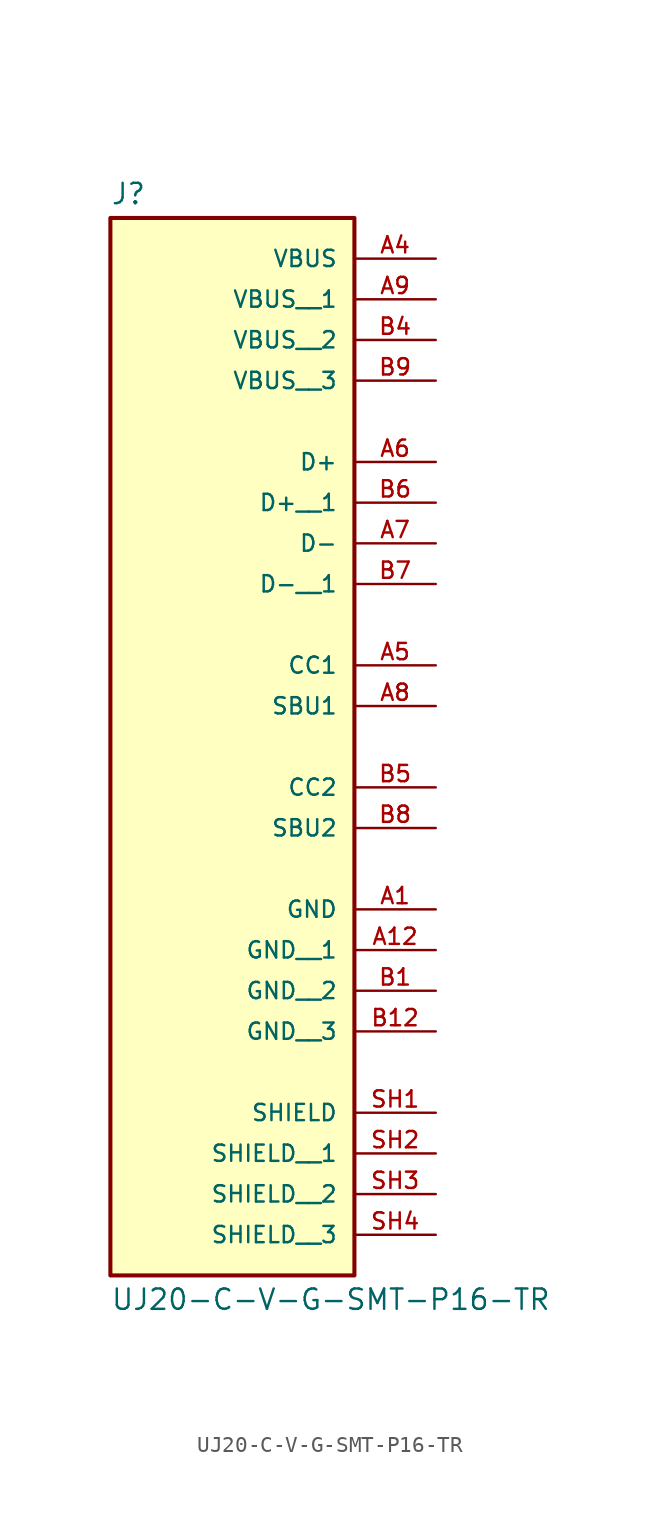
<source format=kicad_sym>
(kicad_symbol_lib
  (version 20211014)
  (generator kicad_symbol_editor)
  (symbol "UJ20-C-V-G-SMT-P16-TR"
    (pin_names
      (offset 1.016))
    (property "Reference" "J"
      (at -7.62 18.542 0)
      (effects (font (size 1.27 1.27)) (justify bottom left)))
    (property "Value" "UJ20-C-V-G-SMT-P16-TR"
      (at -7.62 -49.022 0)
      (effects (font (size 1.27 1.27)) (justify top left)))
    (symbol "UJ20-C-V-G-SMT-P16-TR_0_0"
      (rectangle (start -7.62 -48.26) (end 7.62 17.78) (stroke (width 0.254)) (fill (type background)))
      (pin power_in line (at 12.7 15.24 180.0) (length 5.08) (name "VBUS" (effects (font (size 1.016 1.016)))) (number "A4" (effects (font (size 1.016 1.016)))))
      (pin passive line (at 12.7 -38.1 180.0) (length 5.08) (name "SHIELD" (effects (font (size 1.016 1.016)))) (number "SH1" (effects (font (size 1.016 1.016)))))
      (pin passive line (at 12.7 2.54 180.0) (length 5.08) (name "D+" (effects (font (size 1.016 1.016)))) (number "A6" (effects (font (size 1.016 1.016)))))
      (pin passive line (at 12.7 -2.54 180.0) (length 5.08) (name "D-" (effects (font (size 1.016 1.016)))) (number "A7" (effects (font (size 1.016 1.016)))))
      (pin power_in line (at 12.7 -25.4 180.0) (length 5.08) (name "GND" (effects (font (size 1.016 1.016)))) (number "A1" (effects (font (size 1.016 1.016)))))
      (pin passive line (at 12.7 -10.16 180.0) (length 5.08) (name "CC1" (effects (font (size 1.016 1.016)))) (number "A5" (effects (font (size 1.016 1.016)))))
      (pin passive line (at 12.7 -12.7 180.0) (length 5.08) (name "SBU1" (effects (font (size 1.016 1.016)))) (number "A8" (effects (font (size 1.016 1.016)))))
      (pin passive line (at 12.7 -17.78 180.0) (length 5.08) (name "CC2" (effects (font (size 1.016 1.016)))) (number "B5" (effects (font (size 1.016 1.016)))))
      (pin passive line (at 12.7 -20.32 180.0) (length 5.08) (name "SBU2" (effects (font (size 1.016 1.016)))) (number "B8" (effects (font (size 1.016 1.016)))))
      (pin power_in line (at 12.7 12.7 180.0) (length 5.08) (name "VBUS__1" (effects (font (size 1.016 1.016)))) (number "A9" (effects (font (size 1.016 1.016)))))
      (pin power_in line (at 12.7 10.16 180.0) (length 5.08) (name "VBUS__2" (effects (font (size 1.016 1.016)))) (number "B4" (effects (font (size 1.016 1.016)))))
      (pin power_in line (at 12.7 7.62 180.0) (length 5.08) (name "VBUS__3" (effects (font (size 1.016 1.016)))) (number "B9" (effects (font (size 1.016 1.016)))))
      (pin passive line (at 12.7 0.0 180.0) (length 5.08) (name "D+__1" (effects (font (size 1.016 1.016)))) (number "B6" (effects (font (size 1.016 1.016)))))
      (pin passive line (at 12.7 -5.08 180.0) (length 5.08) (name "D-__1" (effects (font (size 1.016 1.016)))) (number "B7" (effects (font (size 1.016 1.016)))))
      (pin power_in line (at 12.7 -27.94 180.0) (length 5.08) (name "GND__1" (effects (font (size 1.016 1.016)))) (number "A12" (effects (font (size 1.016 1.016)))))
      (pin power_in line (at 12.7 -30.48 180.0) (length 5.08) (name "GND__2" (effects (font (size 1.016 1.016)))) (number "B1" (effects (font (size 1.016 1.016)))))
      (pin power_in line (at 12.7 -33.02 180.0) (length 5.08) (name "GND__3" (effects (font (size 1.016 1.016)))) (number "B12" (effects (font (size 1.016 1.016)))))
      (pin passive line (at 12.7 -40.64 180.0) (length 5.08) (name "SHIELD__1" (effects (font (size 1.016 1.016)))) (number "SH2" (effects (font (size 1.016 1.016)))))
      (pin passive line (at 12.7 -43.18 180.0) (length 5.08) (name "SHIELD__2" (effects (font (size 1.016 1.016)))) (number "SH3" (effects (font (size 1.016 1.016)))))
      (pin passive line (at 12.7 -45.72 180.0) (length 5.08) (name "SHIELD__3" (effects (font (size 1.016 1.016)))) (number "SH4" (effects (font (size 1.016 1.016))))))))
</source>
